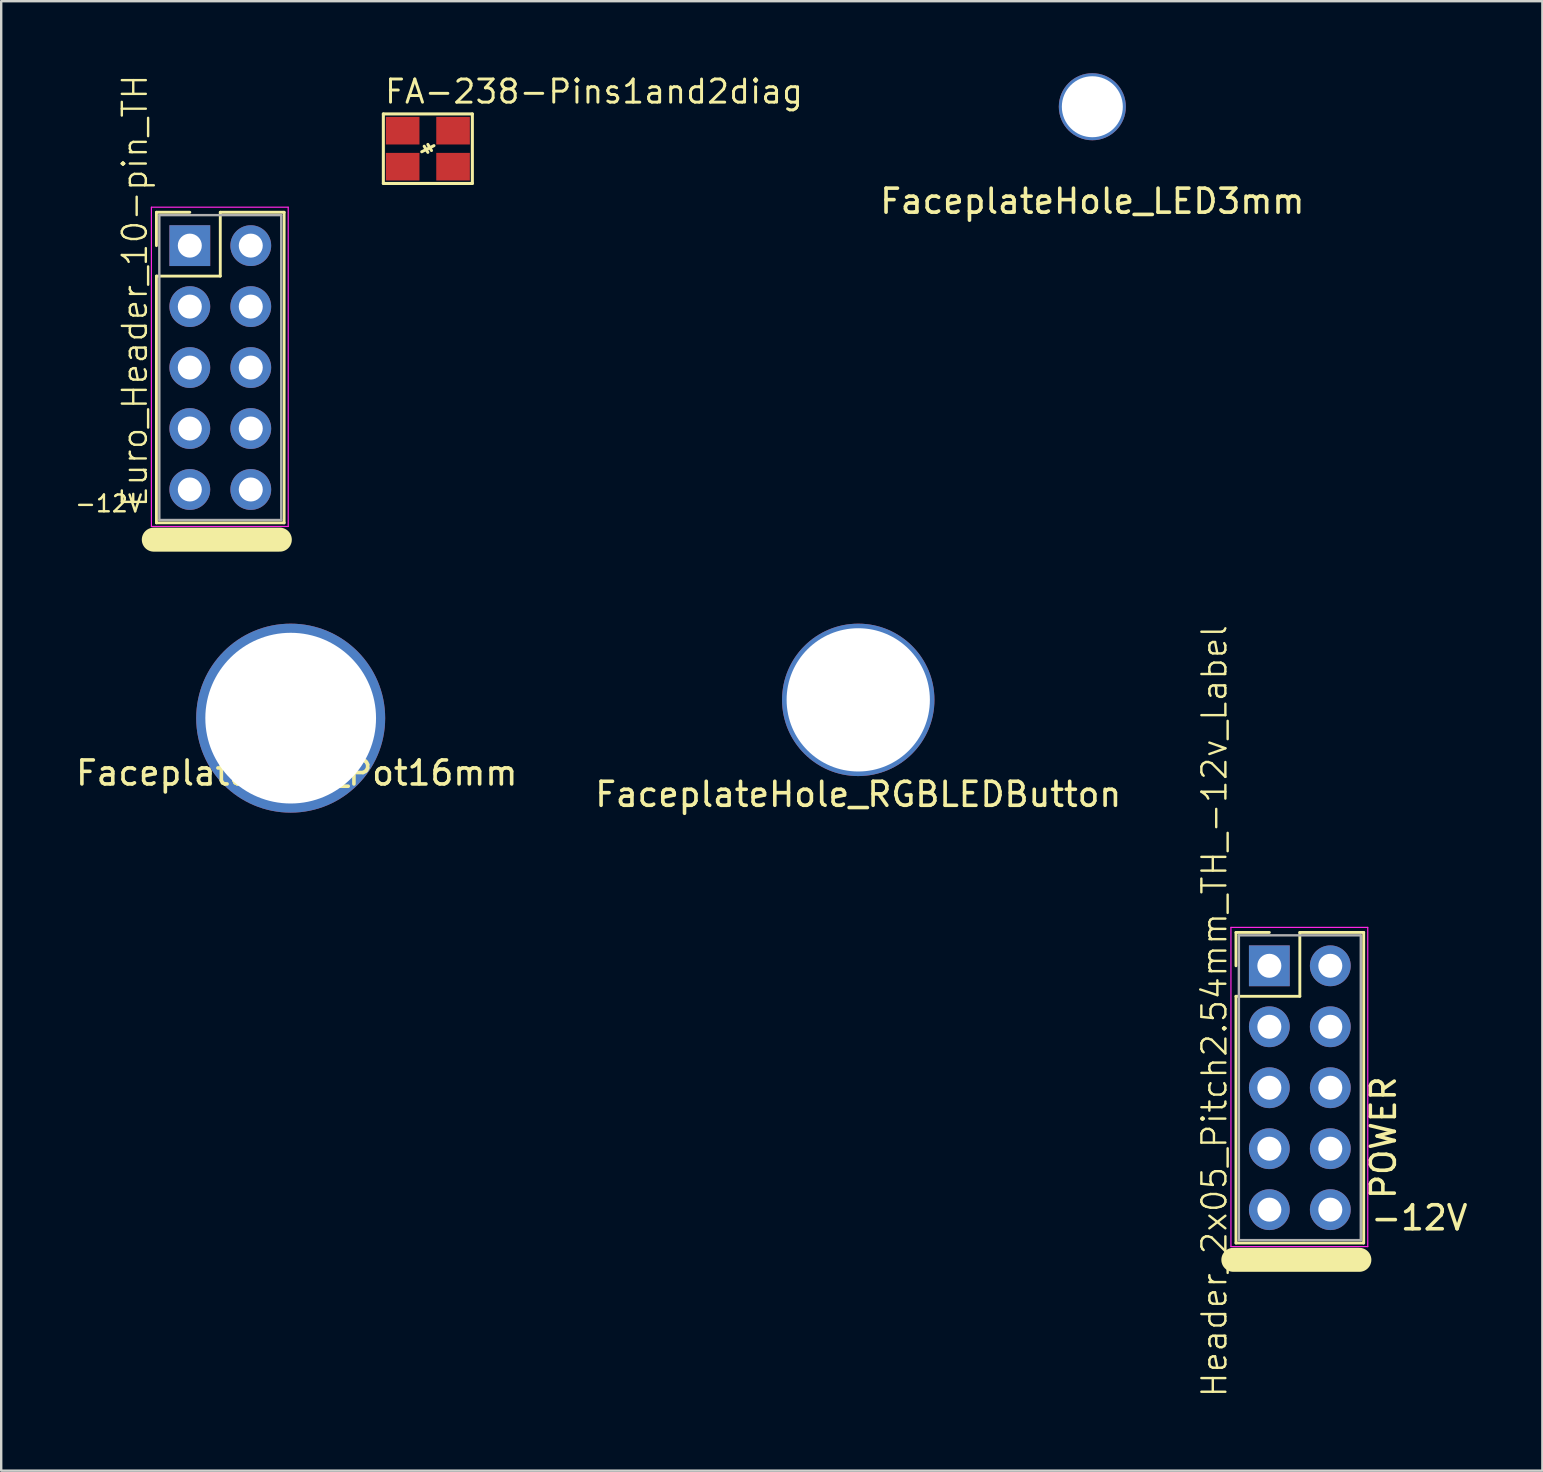
<source format=kicad_pcb>
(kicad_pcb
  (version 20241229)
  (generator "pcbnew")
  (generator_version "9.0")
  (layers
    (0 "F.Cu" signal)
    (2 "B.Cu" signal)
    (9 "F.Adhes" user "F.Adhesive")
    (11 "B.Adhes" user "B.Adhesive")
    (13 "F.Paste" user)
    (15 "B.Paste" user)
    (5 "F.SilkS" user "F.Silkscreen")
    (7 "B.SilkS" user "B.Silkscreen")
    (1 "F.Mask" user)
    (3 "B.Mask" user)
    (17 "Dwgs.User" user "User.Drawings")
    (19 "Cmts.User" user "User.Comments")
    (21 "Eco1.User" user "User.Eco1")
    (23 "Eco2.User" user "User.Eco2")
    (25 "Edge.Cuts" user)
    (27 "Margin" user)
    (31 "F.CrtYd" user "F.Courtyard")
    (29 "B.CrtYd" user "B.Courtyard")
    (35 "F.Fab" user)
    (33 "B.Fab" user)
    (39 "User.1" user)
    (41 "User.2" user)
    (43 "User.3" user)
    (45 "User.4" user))
  (footprint "FaceplateHole_Pot16mm"
    (layer "F.Cu")
    (at 9.061 26.871)
    (property "Reference" "FaceplateHole_Pot16mm" (at 0.254 2.286 0) (layer "F.SilkS") (effects (font (size 1 1) (thickness 0.15))))
    (attr through_hole)
    (fp_line (start -0.508 0) (end 0.508 0) (stroke (width 0.15) (type solid)) (layer "F.Fab"))
    (fp_line (start 0 -0.508) (end 0 0.508) (stroke (width 0.15) (type solid)) (layer "F.Fab"))
    (pad "1" thru_hole circle (at 0 0) (size 7.874 7.874) (drill 7.112) (layers "*.Cu" "*.Mask")))
  (footprint "FaceplateHole_LED3mm"
    (layer "F.Cu")
    (at 42.461 1.397)
    (property "Reference" "FaceplateHole_LED3mm" (at 0 3.937 0) (layer "F.SilkS") (effects (font (size 1 1) (thickness 0.15))))
    (attr through_hole)
    (fp_line (start -0.508 0) (end 0.508 0) (stroke (width 0.15) (type solid)) (layer "F.Fab"))
    (fp_line (start 0 -0.508) (end 0 0.508) (stroke (width 0.15) (type solid)) (layer "F.Fab"))
    (pad "1" thru_hole circle (at 0 0 90) (size 2.794 2.794) (drill 2.54) (layers "*.Cu" "*.Mask")))
  (footprint "Euro_Header_10-pin_TH"
    (layer "F.Cu")
    (at 9.608 17.934)
    (property "Reference" "Euro_Header_10-pin_TH" (at -7.04 -8.86 270) (layer "F.SilkS") (effects (font (size 1 1) (thickness 0.1))))
    (attr through_hole)
    (fp_line (start -6.25 1.5) (end -1 1.5) (stroke (width 1) (type solid)) (layer "F.SilkS"))
    (fp_line (start -6.14 -12.14) (end -4.75 -12.14) (stroke (width 0.12) (type solid)) (layer "F.SilkS"))
    (fp_line (start -6.14 -10.75) (end -6.14 -12.14) (stroke (width 0.12) (type solid)) (layer "F.SilkS"))
    (fp_line (start -6.14 -9.48) (end -6.14 0.8) (stroke (width 0.12) (type solid)) (layer "F.SilkS"))
    (fp_line (start -6.14 0.8) (end -0.82 0.8) (stroke (width 0.12) (type solid)) (layer "F.SilkS"))
    (fp_line (start -3.48 -12.14) (end -3.48 -9.48) (stroke (width 0.12) (type solid)) (layer "F.SilkS"))
    (fp_line (start -3.48 -9.48) (end -6.14 -9.48) (stroke (width 0.12) (type solid)) (layer "F.SilkS"))
    (fp_line (start -0.82 -12.14) (end -3.48 -12.14) (stroke (width 0.12) (type solid)) (layer "F.SilkS"))
    (fp_line (start -0.82 0.8) (end -0.82 -12.14) (stroke (width 0.12) (type solid)) (layer "F.SilkS"))
    (fp_line (start -6.35 -12.35) (end -6.35 0.95) (stroke (width 0.05) (type solid)) (layer "F.CrtYd"))
    (fp_line (start -6.35 0.95) (end -0.65 0.95) (stroke (width 0.05) (type solid)) (layer "F.CrtYd"))
    (fp_line (start -0.65 -12.35) (end -6.35 -12.35) (stroke (width 0.05) (type solid)) (layer "F.CrtYd"))
    (fp_line (start -0.65 0.95) (end -0.65 -12.35) (stroke (width 0.05) (type solid)) (layer "F.CrtYd"))
    (fp_line (start -6.02 -12.02) (end -6.02 0.68) (stroke (width 0.1) (type solid)) (layer "F.Fab"))
    (fp_line (start -6.02 0.68) (end -0.94 0.68) (stroke (width 0.1) (type solid)) (layer "F.Fab"))
    (fp_line (start -0.94 -12.02) (end -6.02 -12.02) (stroke (width 0.1) (type solid)) (layer "F.Fab"))
    (fp_line (start -0.94 0.68) (end -0.94 -12.02) (stroke (width 0.1) (type solid)) (layer "F.Fab"))
    (fp_text user "-12V" (at -8.128 0 0) (layer "F.SilkS") (effects (font (size 0.7 0.7) (thickness 0.1))))
    (pad "1" thru_hole rect (at -4.75 -10.75) (size 1.7 1.7) (drill 1) (layers "*.Cu" "*.Mask"))
    (pad "2" thru_hole oval (at -2.21 -10.75) (size 1.7 1.7) (drill 1) (layers "*.Cu" "*.Mask"))
    (pad "3" thru_hole oval (at -4.75 -8.21) (size 1.7 1.7) (drill 1) (layers "*.Cu" "*.Mask"))
    (pad "4" thru_hole oval (at -2.21 -8.21) (size 1.7 1.7) (drill 1) (layers "*.Cu" "*.Mask"))
    (pad "5" thru_hole oval (at -4.75 -5.67) (size 1.7 1.7) (drill 1) (layers "*.Cu" "*.Mask"))
    (pad "6" thru_hole oval (at -2.21 -5.67) (size 1.7 1.7) (drill 1) (layers "*.Cu" "*.Mask"))
    (pad "7" thru_hole oval (at -4.75 -3.13) (size 1.7 1.7) (drill 1) (layers "*.Cu" "*.Mask"))
    (pad "8" thru_hole oval (at -2.21 -3.13) (size 1.7 1.7) (drill 1) (layers "*.Cu" "*.Mask"))
    (pad "9" thru_hole oval (at -4.75 -0.59) (size 1.7 1.7) (drill 1) (layers "*.Cu" "*.Mask"))
    (pad "10" thru_hole oval (at -2.21 -0.59) (size 1.7 1.7) (drill 1) (layers "*.Cu" "*.Mask")))
  (footprint "Header_2x05_Pitch2.54mm_TH_-12v_Label"
    (layer "F.Cu")
    (at 54.586 47.939)
    (property "Reference" "Header_2x05_Pitch2.54mm_TH_-12v_Label" (at -7.04 -8.86 270) (layer "F.SilkS") (effects (font (size 1 1) (thickness 0.1))))
    (attr through_hole)
    (fp_line (start -6.25 1.5) (end -1 1.5) (stroke (width 1) (type solid)) (layer "F.SilkS"))
    (fp_line (start -6.14 -12.14) (end -4.75 -12.14) (stroke (width 0.12) (type solid)) (layer "F.SilkS"))
    (fp_line (start -6.14 -10.75) (end -6.14 -12.14) (stroke (width 0.12) (type solid)) (layer "F.SilkS"))
    (fp_line (start -6.14 -9.48) (end -6.14 0.8) (stroke (width 0.12) (type solid)) (layer "F.SilkS"))
    (fp_line (start -6.14 0.8) (end -0.82 0.8) (stroke (width 0.12) (type solid)) (layer "F.SilkS"))
    (fp_line (start -3.48 -12.14) (end -3.48 -9.48) (stroke (width 0.12) (type solid)) (layer "F.SilkS"))
    (fp_line (start -3.48 -9.48) (end -6.14 -9.48) (stroke (width 0.12) (type solid)) (layer "F.SilkS"))
    (fp_line (start -0.82 -12.14) (end -3.48 -12.14) (stroke (width 0.12) (type solid)) (layer "F.SilkS"))
    (fp_line (start -0.82 0.8) (end -0.82 -12.14) (stroke (width 0.12) (type solid)) (layer "F.SilkS"))
    (fp_line (start -6.35 -12.35) (end -6.35 0.95) (stroke (width 0.05) (type solid)) (layer "F.CrtYd"))
    (fp_line (start -6.35 0.95) (end -0.65 0.95) (stroke (width 0.05) (type solid)) (layer "F.CrtYd"))
    (fp_line (start -0.65 -12.35) (end -6.35 -12.35) (stroke (width 0.05) (type solid)) (layer "F.CrtYd"))
    (fp_line (start -0.65 0.95) (end -0.65 -12.35) (stroke (width 0.05) (type solid)) (layer "F.CrtYd"))
    (fp_line (start -6.02 -12.02) (end -6.02 0.68) (stroke (width 0.1) (type solid)) (layer "F.Fab"))
    (fp_line (start -6.02 0.68) (end -0.94 0.68) (stroke (width 0.1) (type solid)) (layer "F.Fab"))
    (fp_line (start -0.94 -12.02) (end -6.02 -12.02) (stroke (width 0.1) (type solid)) (layer "F.Fab"))
    (fp_line (start -0.94 0.68) (end -0.94 -12.02) (stroke (width 0.1) (type solid)) (layer "F.Fab"))
    (fp_text user "POWER" (at 0.001 -3.589 90) (layer "F.SilkS") (effects (font (size 1 1) (thickness 0.15))))
    (fp_text user "-12V" (at 1.5 -0.25 0) (layer "F.SilkS") (effects (font (size 1 1) (thickness 0.15))))
    (pad "1" thru_hole rect (at -4.75 -10.75) (size 1.7 1.7) (drill 1) (layers "*.Cu" "*.Mask"))
    (pad "2" thru_hole oval (at -2.21 -10.75) (size 1.7 1.7) (drill 1) (layers "*.Cu" "*.Mask"))
    (pad "3" thru_hole oval (at -4.75 -8.21) (size 1.7 1.7) (drill 1) (layers "*.Cu" "*.Mask"))
    (pad "4" thru_hole oval (at -2.21 -8.21) (size 1.7 1.7) (drill 1) (layers "*.Cu" "*.Mask"))
    (pad "5" thru_hole oval (at -4.75 -5.67) (size 1.7 1.7) (drill 1) (layers "*.Cu" "*.Mask"))
    (pad "6" thru_hole oval (at -2.21 -5.67) (size 1.7 1.7) (drill 1) (layers "*.Cu" "*.Mask"))
    (pad "7" thru_hole oval (at -4.75 -3.13) (size 1.7 1.7) (drill 1) (layers "*.Cu" "*.Mask"))
    (pad "8" thru_hole oval (at -2.21 -3.13) (size 1.7 1.7) (drill 1) (layers "*.Cu" "*.Mask"))
    (pad "9" thru_hole oval (at -4.75 -0.59) (size 1.7 1.7) (drill 1) (layers "*.Cu" "*.Mask"))
    (pad "10" thru_hole oval (at -2.21 -0.59) (size 1.7 1.7) (drill 1) (layers "*.Cu" "*.Mask")))
  (footprint "FaceplateHole_RGBLEDButton"
    (layer "F.Cu")
    (at 32.708 26.109)
    (property "Reference" "FaceplateHole_RGBLEDButton" (at 0 3.937 0) (layer "F.SilkS") (effects (font (size 1 1) (thickness 0.15))))
    (attr through_hole)
    (fp_line (start -0.508 0) (end 0.508 0) (stroke (width 0.15) (type solid)) (layer "F.Fab"))
    (fp_line (start 0 -0.508) (end 0 0.508) (stroke (width 0.15) (type solid)) (layer "F.Fab"))
    (pad "1" thru_hole circle (at 0 0) (size 6.35 6.35) (drill 5.969) (layers "*.Cu")))
  (footprint "FA-238-Pins1and2diag"
    (layer "F.Cu")
    (at 14.776 3.145)
    (property "Reference" "FA-238-Pins1and2diag" (at -1.865 -1.814 0) (layer "F.SilkS") (effects (font (size 0.965 0.965) (thickness 0.122)) (justify left bottom)))
    (attr through_hole)
    (fp_line (start -1.854 -1.448) (end 1.854 -1.448) (stroke (width 0.127) (type solid)) (layer "F.SilkS"))
    (fp_line (start -1.854 1.448) (end -1.854 -1.448) (stroke (width 0.127) (type solid)) (layer "F.SilkS"))
    (fp_line (start -0.254 0.127) (end 0.254 -0.127) (stroke (width 0.127) (type solid)) (layer "F.SilkS"))
    (fp_line (start -0.152 -0.102) (end 0 0.152) (stroke (width 0.127) (type solid)) (layer "F.SilkS"))
    (fp_line (start 0 -0.178) (end 0.152 0.076) (stroke (width 0.127) (type solid)) (layer "F.SilkS"))
    (fp_line (start 1.854 -1.448) (end 1.854 1.448) (stroke (width 0.127) (type solid)) (layer "F.SilkS"))
    (fp_line (start 1.854 1.448) (end -1.854 1.448) (stroke (width 0.127) (type solid)) (layer "F.SilkS"))
    (pad "1" smd rect (at -1.05 0.75) (size 1.4 1.15) (layers "F.Cu" "F.Mask" "F.Paste"))
    (pad "2" smd rect (at 1.05 -0.75) (size 1.4 1.15) (layers "F.Cu" "F.Mask" "F.Paste"))
    (pad "3" smd rect (at 1.05 0.75) (size 1.4 1.15) (layers "F.Cu" "F.Mask" "F.Paste"))
    (pad "4" smd rect (at -1.05 -0.75) (size 1.4 1.15) (layers "F.Cu" "F.Mask" "F.Paste")))
  (gr_rect
    (start -3 -3)
    (end 61.211 58.224)
    (stroke (width 0.1) (type default))
    (fill no)
    (layer "Edge.Cuts")))
</source>
